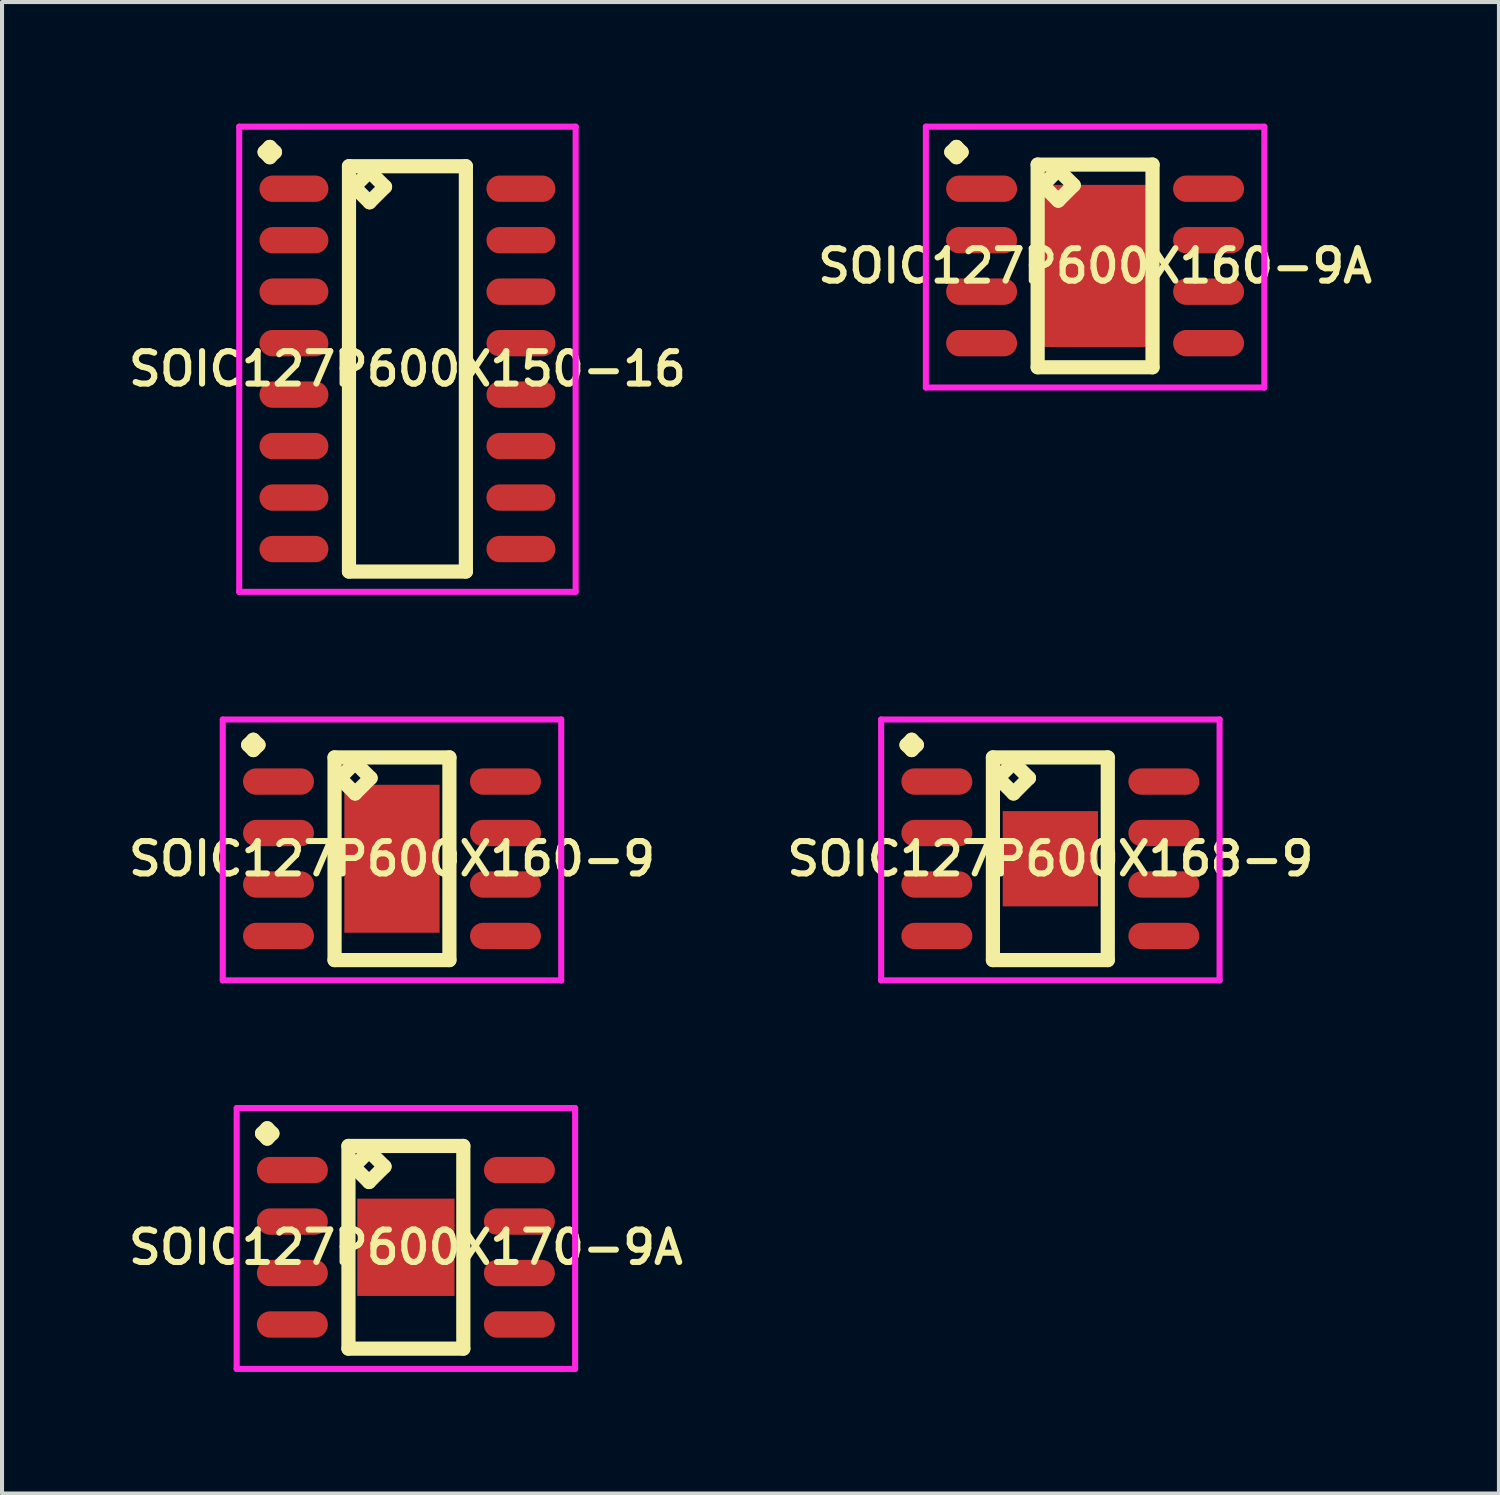
<source format=kicad_pcb>
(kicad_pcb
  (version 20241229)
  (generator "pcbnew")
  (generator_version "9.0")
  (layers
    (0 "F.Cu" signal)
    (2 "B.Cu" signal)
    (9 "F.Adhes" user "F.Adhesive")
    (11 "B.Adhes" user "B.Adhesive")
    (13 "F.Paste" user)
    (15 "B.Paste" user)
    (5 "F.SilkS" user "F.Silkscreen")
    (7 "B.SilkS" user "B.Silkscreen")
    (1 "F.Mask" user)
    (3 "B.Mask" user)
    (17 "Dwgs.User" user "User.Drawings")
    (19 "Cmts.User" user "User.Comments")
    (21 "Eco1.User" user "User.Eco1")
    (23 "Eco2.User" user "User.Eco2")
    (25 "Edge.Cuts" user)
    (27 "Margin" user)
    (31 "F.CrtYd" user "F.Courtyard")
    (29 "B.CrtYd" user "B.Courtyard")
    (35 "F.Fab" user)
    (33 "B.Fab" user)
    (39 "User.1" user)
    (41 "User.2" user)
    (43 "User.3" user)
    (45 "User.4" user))
  (footprint "SOIC127P600X170-9A"
    (layer "F.Cu")
    (at 6.964 27.723)
    (property "Reference" "SOIC127P600X170-9A" (at 0 0 0) (layer "F.SilkS") (effects (font (size 0.8 0.8) (thickness 0.15))))
    (attr through_hole)
    (fp_line (start -3.548 -2.809) (end -3.421 -2.936) (stroke (width 0.35) (type solid)) (layer "F.SilkS"))
    (fp_line (start -3.421 -2.936) (end -3.294 -2.809) (stroke (width 0.35) (type solid)) (layer "F.SilkS"))
    (fp_line (start -3.421 -2.682) (end -3.548 -2.809) (stroke (width 0.35) (type solid)) (layer "F.SilkS"))
    (fp_line (start -3.294 -2.809) (end -3.421 -2.682) (stroke (width 0.35) (type solid)) (layer "F.SilkS"))
    (fp_line (start -1.417 -2.5) (end -1.417 2.5) (stroke (width 0.35) (type solid)) (layer "F.SilkS"))
    (fp_line (start -1.417 2.5) (end 1.417 2.5) (stroke (width 0.35) (type solid)) (layer "F.SilkS"))
    (fp_line (start -1.29 -1.992) (end -0.909 -2.373) (stroke (width 0.35) (type solid)) (layer "F.SilkS"))
    (fp_line (start -0.909 -2.373) (end -0.528 -1.992) (stroke (width 0.35) (type solid)) (layer "F.SilkS"))
    (fp_line (start -0.909 -1.611) (end -1.29 -1.992) (stroke (width 0.35) (type solid)) (layer "F.SilkS"))
    (fp_line (start -0.528 -1.992) (end -0.909 -1.611) (stroke (width 0.35) (type solid)) (layer "F.SilkS"))
    (fp_line (start 1.417 -2.5) (end -1.417 -2.5) (stroke (width 0.35) (type solid)) (layer "F.SilkS"))
    (fp_line (start 1.417 2.5) (end 1.417 -2.5) (stroke (width 0.35) (type solid)) (layer "F.SilkS"))
    (fp_line (start -4.175 -3.436) (end 4.175 -3.436) (stroke (width 0.15) (type solid)) (layer "F.CrtYd"))
    (fp_line (start -4.175 3) (end -4.175 -3.436) (stroke (width 0.15) (type solid)) (layer "F.CrtYd"))
    (fp_line (start 4.175 -3.436) (end 4.175 3) (stroke (width 0.15) (type solid)) (layer "F.CrtYd"))
    (fp_line (start 4.175 3) (end -4.175 3) (stroke (width 0.15) (type solid)) (layer "F.CrtYd"))
    (pad "1" smd oval (at -2.8 -1.905) (size 1.75 0.65) (layers "F.Cu" "F.Mask" "F.Paste"))
    (pad "2" smd oval (at -2.8 -0.635) (size 1.75 0.65) (layers "F.Cu" "F.Mask" "F.Paste"))
    (pad "3" smd oval (at -2.8 0.635) (size 1.75 0.65) (layers "F.Cu" "F.Mask" "F.Paste"))
    (pad "4" smd oval (at -2.8 1.905) (size 1.75 0.65) (layers "F.Cu" "F.Mask" "F.Paste"))
    (pad "5" smd oval (at 2.8 1.905) (size 1.75 0.65) (layers "F.Cu" "F.Mask" "F.Paste"))
    (pad "6" smd oval (at 2.8 0.635) (size 1.75 0.65) (layers "F.Cu" "F.Mask" "F.Paste"))
    (pad "7" smd oval (at 2.8 -0.635) (size 1.75 0.65) (layers "F.Cu" "F.Mask" "F.Paste"))
    (pad "8" smd oval (at 2.8 -1.905) (size 1.75 0.65) (layers "F.Cu" "F.Mask" "F.Paste"))
    (pad "9" smd rect (at 0 0) (size 2.4 2.4) (layers "F.Cu" "F.Mask" "F.Paste")))
  (footprint "SOIC127P600X150-16"
    (layer "F.Cu")
    (at 7.002 6.051)
    (property "Reference" "SOIC127P600X150-16" (at 0 0 0) (layer "F.SilkS") (effects (font (size 0.8 0.8) (thickness 0.15))))
    (attr smd)
    (fp_line (start -3.523 -5.349) (end -3.396 -5.476) (stroke (width 0.35) (type solid)) (layer "F.SilkS"))
    (fp_line (start -3.396 -5.476) (end -3.269 -5.349) (stroke (width 0.35) (type solid)) (layer "F.SilkS"))
    (fp_line (start -3.396 -5.222) (end -3.523 -5.349) (stroke (width 0.35) (type solid)) (layer "F.SilkS"))
    (fp_line (start -3.269 -5.349) (end -3.396 -5.222) (stroke (width 0.35) (type solid)) (layer "F.SilkS"))
    (fp_line (start -1.442 -5) (end -1.442 5) (stroke (width 0.35) (type solid)) (layer "F.SilkS"))
    (fp_line (start -1.442 5) (end 1.442 5) (stroke (width 0.35) (type solid)) (layer "F.SilkS"))
    (fp_line (start -1.315 -4.492) (end -0.934 -4.873) (stroke (width 0.35) (type solid)) (layer "F.SilkS"))
    (fp_line (start -0.934 -4.873) (end -0.553 -4.492) (stroke (width 0.35) (type solid)) (layer "F.SilkS"))
    (fp_line (start -0.934 -4.111) (end -1.315 -4.492) (stroke (width 0.35) (type solid)) (layer "F.SilkS"))
    (fp_line (start -0.553 -4.492) (end -0.934 -4.111) (stroke (width 0.35) (type solid)) (layer "F.SilkS"))
    (fp_line (start 1.442 -5) (end -1.442 -5) (stroke (width 0.35) (type solid)) (layer "F.SilkS"))
    (fp_line (start 1.442 5) (end 1.442 -5) (stroke (width 0.35) (type solid)) (layer "F.SilkS"))
    (fp_line (start -4.15 -5.976) (end 4.15 -5.976) (stroke (width 0.15) (type solid)) (layer "F.CrtYd"))
    (fp_line (start -4.15 5.5) (end -4.15 -5.976) (stroke (width 0.15) (type solid)) (layer "F.CrtYd"))
    (fp_line (start 4.15 -5.976) (end 4.15 5.5) (stroke (width 0.15) (type solid)) (layer "F.CrtYd"))
    (fp_line (start 4.15 5.5) (end -4.15 5.5) (stroke (width 0.15) (type solid)) (layer "F.CrtYd"))
    (pad "1" smd oval (at -2.8 -4.445) (size 1.7 0.65) (layers "F.Cu" "F.Mask" "F.Paste"))
    (pad "2" smd oval (at -2.8 -3.175) (size 1.7 0.65) (layers "F.Cu" "F.Mask" "F.Paste"))
    (pad "3" smd oval (at -2.8 -1.905) (size 1.7 0.65) (layers "F.Cu" "F.Mask" "F.Paste"))
    (pad "4" smd oval (at -2.8 -0.635) (size 1.7 0.65) (layers "F.Cu" "F.Mask" "F.Paste"))
    (pad "5" smd oval (at -2.8 0.635) (size 1.7 0.65) (layers "F.Cu" "F.Mask" "F.Paste"))
    (pad "6" smd oval (at -2.8 1.905) (size 1.7 0.65) (layers "F.Cu" "F.Mask" "F.Paste"))
    (pad "7" smd oval (at -2.8 3.175) (size 1.7 0.65) (layers "F.Cu" "F.Mask" "F.Paste"))
    (pad "8" smd oval (at -2.8 4.445) (size 1.7 0.65) (layers "F.Cu" "F.Mask" "F.Paste"))
    (pad "9" smd oval (at 2.8 4.445) (size 1.7 0.65) (layers "F.Cu" "F.Mask" "F.Paste"))
    (pad "10" smd oval (at 2.8 3.175) (size 1.7 0.65) (layers "F.Cu" "F.Mask" "F.Paste"))
    (pad "11" smd oval (at 2.8 1.905) (size 1.7 0.65) (layers "F.Cu" "F.Mask" "F.Paste"))
    (pad "12" smd oval (at 2.8 0.635) (size 1.7 0.65) (layers "F.Cu" "F.Mask" "F.Paste"))
    (pad "13" smd oval (at 2.8 -0.635) (size 1.7 0.65) (layers "F.Cu" "F.Mask" "F.Paste"))
    (pad "14" smd oval (at 2.8 -1.905) (size 1.7 0.65) (layers "F.Cu" "F.Mask" "F.Paste"))
    (pad "15" smd oval (at 2.8 -3.175) (size 1.7 0.65) (layers "F.Cu" "F.Mask" "F.Paste"))
    (pad "16" smd oval (at 2.8 -4.445) (size 1.7 0.65) (layers "F.Cu" "F.Mask" "F.Paste")))
  (footprint "SOIC127P600X168-9"
    (layer "F.Cu")
    (at 22.864 18.137)
    (property "Reference" "SOIC127P600X168-9" (at 0 0 0) (layer "F.SilkS") (effects (font (size 0.8 0.8) (thickness 0.15))))
    (attr through_hole)
    (fp_line (start -3.548 -2.809) (end -3.421 -2.936) (stroke (width 0.35) (type solid)) (layer "F.SilkS"))
    (fp_line (start -3.421 -2.936) (end -3.294 -2.809) (stroke (width 0.35) (type solid)) (layer "F.SilkS"))
    (fp_line (start -3.421 -2.682) (end -3.548 -2.809) (stroke (width 0.35) (type solid)) (layer "F.SilkS"))
    (fp_line (start -3.294 -2.809) (end -3.421 -2.682) (stroke (width 0.35) (type solid)) (layer "F.SilkS"))
    (fp_line (start -1.417 -2.5) (end -1.417 2.5) (stroke (width 0.35) (type solid)) (layer "F.SilkS"))
    (fp_line (start -1.417 2.5) (end 1.417 2.5) (stroke (width 0.35) (type solid)) (layer "F.SilkS"))
    (fp_line (start -1.29 -1.992) (end -0.909 -2.373) (stroke (width 0.35) (type solid)) (layer "F.SilkS"))
    (fp_line (start -0.909 -2.373) (end -0.528 -1.992) (stroke (width 0.35) (type solid)) (layer "F.SilkS"))
    (fp_line (start -0.909 -1.611) (end -1.29 -1.992) (stroke (width 0.35) (type solid)) (layer "F.SilkS"))
    (fp_line (start -0.528 -1.992) (end -0.909 -1.611) (stroke (width 0.35) (type solid)) (layer "F.SilkS"))
    (fp_line (start 1.417 -2.5) (end -1.417 -2.5) (stroke (width 0.35) (type solid)) (layer "F.SilkS"))
    (fp_line (start 1.417 2.5) (end 1.417 -2.5) (stroke (width 0.35) (type solid)) (layer "F.SilkS"))
    (fp_line (start -4.175 -3.436) (end 4.175 -3.436) (stroke (width 0.15) (type solid)) (layer "F.CrtYd"))
    (fp_line (start -4.175 3) (end -4.175 -3.436) (stroke (width 0.15) (type solid)) (layer "F.CrtYd"))
    (fp_line (start 4.175 -3.436) (end 4.175 3) (stroke (width 0.15) (type solid)) (layer "F.CrtYd"))
    (fp_line (start 4.175 3) (end -4.175 3) (stroke (width 0.15) (type solid)) (layer "F.CrtYd"))
    (pad "1" smd oval (at -2.8 -1.905) (size 1.75 0.65) (layers "F.Cu" "F.Mask" "F.Paste"))
    (pad "2" smd oval (at -2.8 -0.635) (size 1.75 0.65) (layers "F.Cu" "F.Mask" "F.Paste"))
    (pad "3" smd oval (at -2.8 0.635) (size 1.75 0.65) (layers "F.Cu" "F.Mask" "F.Paste"))
    (pad "4" smd oval (at -2.8 1.905) (size 1.75 0.65) (layers "F.Cu" "F.Mask" "F.Paste"))
    (pad "5" smd oval (at 2.8 1.905) (size 1.75 0.65) (layers "F.Cu" "F.Mask" "F.Paste"))
    (pad "6" smd oval (at 2.8 0.635) (size 1.75 0.65) (layers "F.Cu" "F.Mask" "F.Paste"))
    (pad "7" smd oval (at 2.8 -0.635) (size 1.75 0.65) (layers "F.Cu" "F.Mask" "F.Paste"))
    (pad "8" smd oval (at 2.8 -1.905) (size 1.75 0.65) (layers "F.Cu" "F.Mask" "F.Paste"))
    (pad "9" smd rect (at 0 0) (size 2.35 2.35) (layers "F.Cu" "F.Mask" "F.Paste")))
  (footprint "SOIC127P600X160-9A"
    (layer "F.Cu")
    (at 23.968 3.511)
    (property "Reference" "SOIC127P600X160-9A" (at 0 0 0) (layer "F.SilkS") (effects (font (size 0.8 0.8) (thickness 0.15))))
    (attr through_hole)
    (fp_line (start -3.548 -2.809) (end -3.421 -2.936) (stroke (width 0.35) (type solid)) (layer "F.SilkS"))
    (fp_line (start -3.421 -2.936) (end -3.294 -2.809) (stroke (width 0.35) (type solid)) (layer "F.SilkS"))
    (fp_line (start -3.421 -2.682) (end -3.548 -2.809) (stroke (width 0.35) (type solid)) (layer "F.SilkS"))
    (fp_line (start -3.294 -2.809) (end -3.421 -2.682) (stroke (width 0.35) (type solid)) (layer "F.SilkS"))
    (fp_line (start -1.417 -2.5) (end -1.417 2.5) (stroke (width 0.35) (type solid)) (layer "F.SilkS"))
    (fp_line (start -1.417 2.5) (end 1.417 2.5) (stroke (width 0.35) (type solid)) (layer "F.SilkS"))
    (fp_line (start -1.29 -1.992) (end -0.909 -2.373) (stroke (width 0.35) (type solid)) (layer "F.SilkS"))
    (fp_line (start -0.909 -2.373) (end -0.528 -1.992) (stroke (width 0.35) (type solid)) (layer "F.SilkS"))
    (fp_line (start -0.909 -1.611) (end -1.29 -1.992) (stroke (width 0.35) (type solid)) (layer "F.SilkS"))
    (fp_line (start -0.528 -1.992) (end -0.909 -1.611) (stroke (width 0.35) (type solid)) (layer "F.SilkS"))
    (fp_line (start 1.417 -2.5) (end -1.417 -2.5) (stroke (width 0.35) (type solid)) (layer "F.SilkS"))
    (fp_line (start 1.417 2.5) (end 1.417 -2.5) (stroke (width 0.35) (type solid)) (layer "F.SilkS"))
    (fp_line (start -4.175 -3.436) (end 4.175 -3.436) (stroke (width 0.15) (type solid)) (layer "F.CrtYd"))
    (fp_line (start -4.175 3) (end -4.175 -3.436) (stroke (width 0.15) (type solid)) (layer "F.CrtYd"))
    (fp_line (start 4.175 -3.436) (end 4.175 3) (stroke (width 0.15) (type solid)) (layer "F.CrtYd"))
    (fp_line (start 4.175 3) (end -4.175 3) (stroke (width 0.15) (type solid)) (layer "F.CrtYd"))
    (pad "1" smd oval (at -2.8 -1.905) (size 1.75 0.65) (layers "F.Cu" "F.Mask" "F.Paste"))
    (pad "2" smd oval (at -2.8 -0.635) (size 1.75 0.65) (layers "F.Cu" "F.Mask" "F.Paste"))
    (pad "3" smd oval (at -2.8 0.635) (size 1.75 0.65) (layers "F.Cu" "F.Mask" "F.Paste"))
    (pad "4" smd oval (at -2.8 1.905) (size 1.75 0.65) (layers "F.Cu" "F.Mask" "F.Paste"))
    (pad "5" smd oval (at 2.8 1.905) (size 1.75 0.65) (layers "F.Cu" "F.Mask" "F.Paste"))
    (pad "6" smd oval (at 2.8 0.635) (size 1.75 0.65) (layers "F.Cu" "F.Mask" "F.Paste"))
    (pad "7" smd oval (at 2.8 -0.635) (size 1.75 0.65) (layers "F.Cu" "F.Mask" "F.Paste"))
    (pad "8" smd oval (at 2.8 -1.905) (size 1.75 0.65) (layers "F.Cu" "F.Mask" "F.Paste"))
    (pad "9" smd rect (at 0 0) (size 2.8 4) (layers "F.Cu" "F.Mask" "F.Paste")))
  (footprint "SOIC127P600X160-9"
    (layer "F.Cu")
    (at 6.621 18.137)
    (property "Reference" "SOIC127P600X160-9" (at 0 0 0) (layer "F.SilkS") (effects (font (size 0.8 0.8) (thickness 0.15))))
    (attr through_hole)
    (fp_line (start -3.548 -2.809) (end -3.421 -2.936) (stroke (width 0.35) (type solid)) (layer "F.SilkS"))
    (fp_line (start -3.421 -2.936) (end -3.294 -2.809) (stroke (width 0.35) (type solid)) (layer "F.SilkS"))
    (fp_line (start -3.421 -2.682) (end -3.548 -2.809) (stroke (width 0.35) (type solid)) (layer "F.SilkS"))
    (fp_line (start -3.294 -2.809) (end -3.421 -2.682) (stroke (width 0.35) (type solid)) (layer "F.SilkS"))
    (fp_line (start -1.417 -2.5) (end -1.417 2.5) (stroke (width 0.35) (type solid)) (layer "F.SilkS"))
    (fp_line (start -1.417 2.5) (end 1.417 2.5) (stroke (width 0.35) (type solid)) (layer "F.SilkS"))
    (fp_line (start -1.29 -1.992) (end -0.909 -2.373) (stroke (width 0.35) (type solid)) (layer "F.SilkS"))
    (fp_line (start -0.909 -2.373) (end -0.528 -1.992) (stroke (width 0.35) (type solid)) (layer "F.SilkS"))
    (fp_line (start -0.909 -1.611) (end -1.29 -1.992) (stroke (width 0.35) (type solid)) (layer "F.SilkS"))
    (fp_line (start -0.528 -1.992) (end -0.909 -1.611) (stroke (width 0.35) (type solid)) (layer "F.SilkS"))
    (fp_line (start 1.417 -2.5) (end -1.417 -2.5) (stroke (width 0.35) (type solid)) (layer "F.SilkS"))
    (fp_line (start 1.417 2.5) (end 1.417 -2.5) (stroke (width 0.35) (type solid)) (layer "F.SilkS"))
    (fp_line (start -4.175 -3.436) (end 4.175 -3.436) (stroke (width 0.15) (type solid)) (layer "F.CrtYd"))
    (fp_line (start -4.175 3) (end -4.175 -3.436) (stroke (width 0.15) (type solid)) (layer "F.CrtYd"))
    (fp_line (start 4.175 -3.436) (end 4.175 3) (stroke (width 0.15) (type solid)) (layer "F.CrtYd"))
    (fp_line (start 4.175 3) (end -4.175 3) (stroke (width 0.15) (type solid)) (layer "F.CrtYd"))
    (pad "1" smd oval (at -2.8 -1.905) (size 1.75 0.65) (layers "F.Cu" "F.Mask" "F.Paste"))
    (pad "2" smd oval (at -2.8 -0.635) (size 1.75 0.65) (layers "F.Cu" "F.Mask" "F.Paste"))
    (pad "3" smd oval (at -2.8 0.635) (size 1.75 0.65) (layers "F.Cu" "F.Mask" "F.Paste"))
    (pad "4" smd oval (at -2.8 1.905) (size 1.75 0.65) (layers "F.Cu" "F.Mask" "F.Paste"))
    (pad "5" smd oval (at 2.8 1.905) (size 1.75 0.65) (layers "F.Cu" "F.Mask" "F.Paste"))
    (pad "6" smd oval (at 2.8 0.635) (size 1.75 0.65) (layers "F.Cu" "F.Mask" "F.Paste"))
    (pad "7" smd oval (at 2.8 -0.635) (size 1.75 0.65) (layers "F.Cu" "F.Mask" "F.Paste"))
    (pad "8" smd oval (at 2.8 -1.905) (size 1.75 0.65) (layers "F.Cu" "F.Mask" "F.Paste"))
    (pad "9" smd rect (at 0 0) (size 2.35 3.65) (layers "F.Cu" "F.Mask" "F.Paste")))
  (gr_rect
    (start -3 -3)
    (end 33.932 33.798)
    (stroke (width 0.1) (type default))
    (fill no)
    (layer "Edge.Cuts")))
</source>
